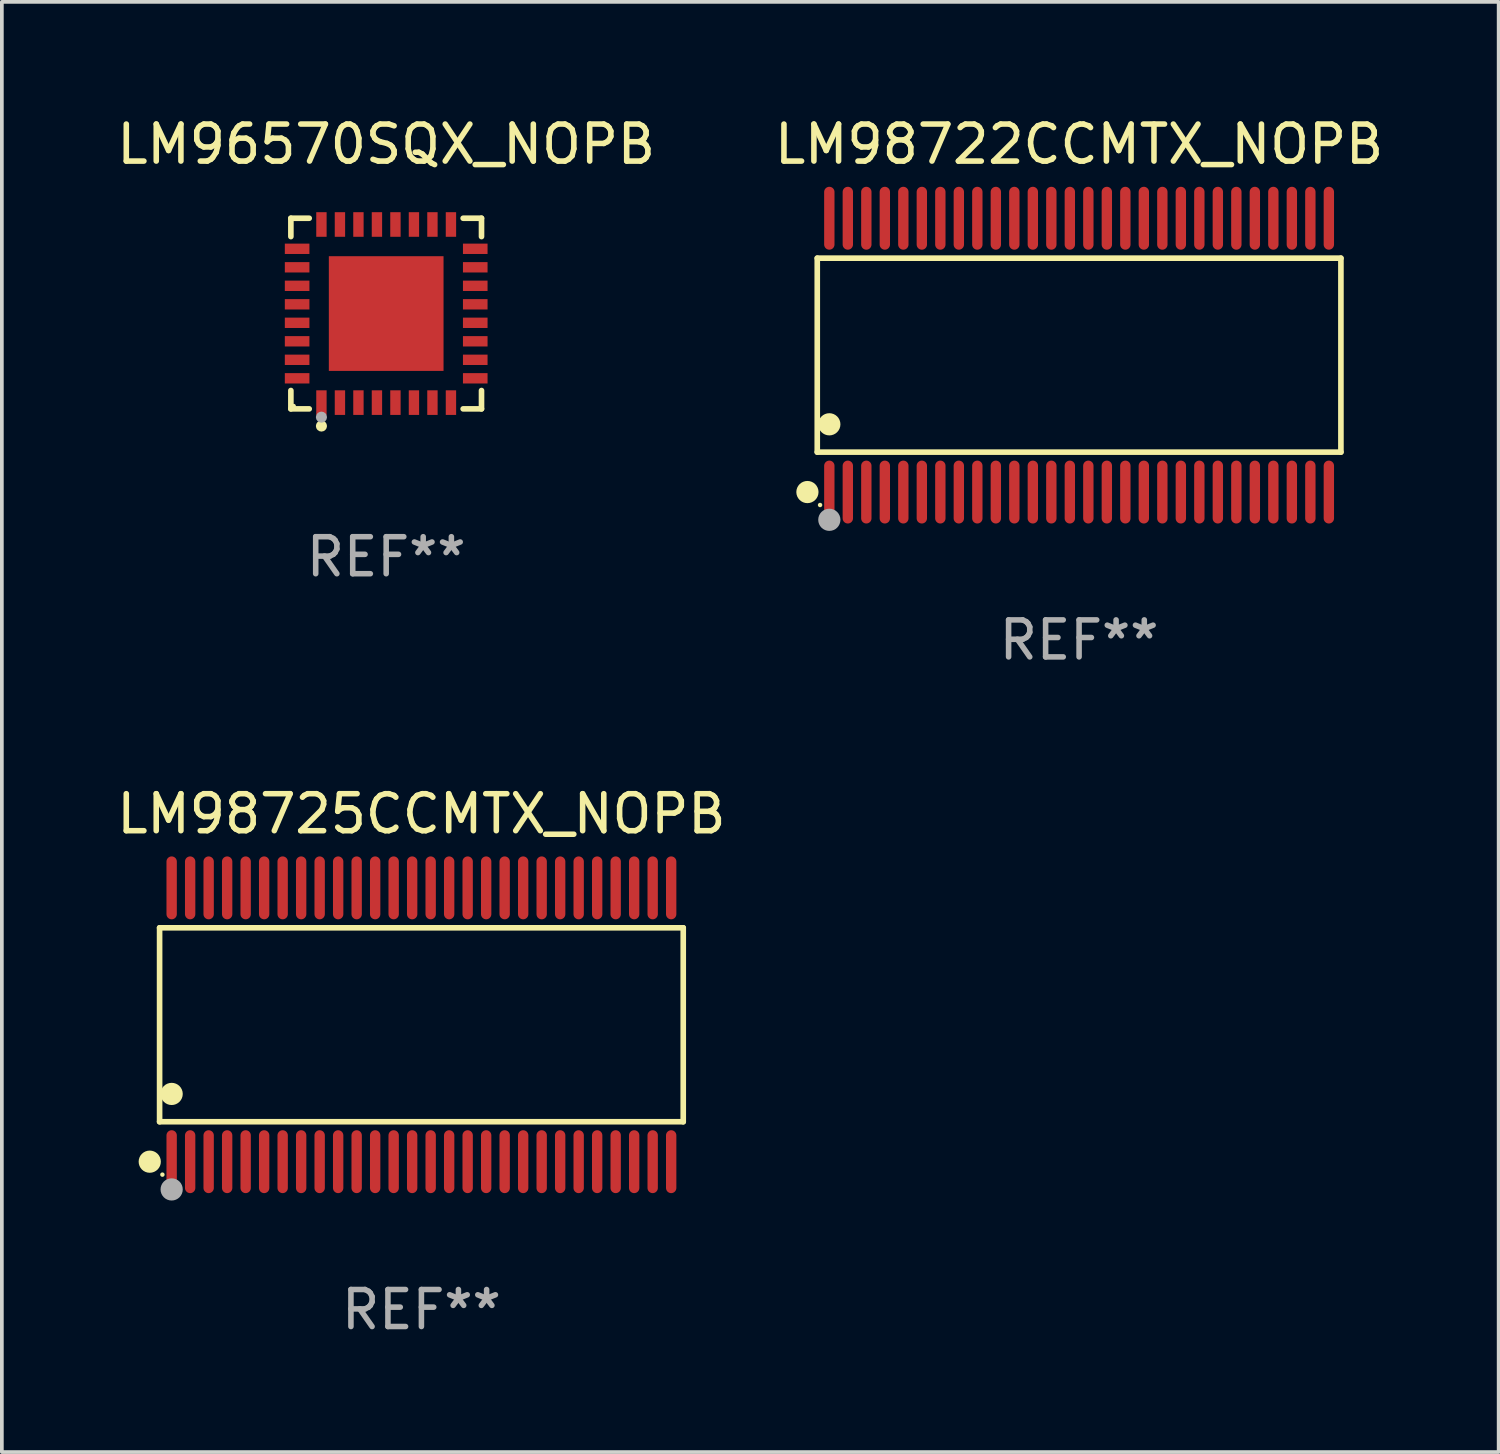
<source format=kicad_pcb>
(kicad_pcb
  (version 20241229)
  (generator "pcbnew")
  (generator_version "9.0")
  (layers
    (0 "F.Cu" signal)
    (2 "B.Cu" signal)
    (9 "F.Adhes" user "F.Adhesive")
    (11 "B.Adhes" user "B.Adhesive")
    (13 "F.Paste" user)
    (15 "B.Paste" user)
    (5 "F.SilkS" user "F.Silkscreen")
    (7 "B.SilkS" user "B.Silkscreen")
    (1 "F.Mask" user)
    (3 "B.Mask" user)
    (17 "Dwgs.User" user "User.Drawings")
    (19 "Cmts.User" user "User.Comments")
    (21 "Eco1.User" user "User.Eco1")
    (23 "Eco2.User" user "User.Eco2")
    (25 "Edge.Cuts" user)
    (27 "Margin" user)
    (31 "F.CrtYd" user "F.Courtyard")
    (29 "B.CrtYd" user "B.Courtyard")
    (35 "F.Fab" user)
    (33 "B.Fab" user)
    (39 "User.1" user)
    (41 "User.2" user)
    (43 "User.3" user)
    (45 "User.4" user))
  (footprint "LM96570SQX_NOPB"
    (layer "F.Cu")
    (at 7.387 5.424)
    (property "Reference" "LM96570SQX_NOPB" (at 0 -4.576 0) (layer "F.SilkS") (effects (font (size 1 1) (thickness 0.15))))
    (attr through_hole)
    (fp_line (start -2.576 -2.576) (end -2.08 -2.576) (stroke (width 0.152) (type solid)) (layer "F.SilkS"))
    (fp_line (start -2.576 -2.08) (end -2.576 -2.576) (stroke (width 0.152) (type solid)) (layer "F.SilkS"))
    (fp_line (start -2.576 2.08) (end -2.576 2.576) (stroke (width 0.152) (type solid)) (layer "F.SilkS"))
    (fp_line (start -2.576 2.576) (end -2.08 2.576) (stroke (width 0.152) (type solid)) (layer "F.SilkS"))
    (fp_line (start 2.576 -2.576) (end 2.08 -2.576) (stroke (width 0.152) (type solid)) (layer "F.SilkS"))
    (fp_line (start 2.576 -2.08) (end 2.576 -2.576) (stroke (width 0.152) (type solid)) (layer "F.SilkS"))
    (fp_line (start 2.576 2.08) (end 2.576 2.576) (stroke (width 0.152) (type solid)) (layer "F.SilkS"))
    (fp_line (start 2.576 2.576) (end 2.08 2.576) (stroke (width 0.152) (type solid)) (layer "F.SilkS"))
    (fp_circle (center -2.5 2.5) (end -2.47 2.5) (stroke (width 0.06) (type solid)) (fill no) (layer "F.SilkS"))
    (fp_circle (center -1.75 3.04) (end -1.675 3.04) (stroke (width 0.15) (type solid)) (fill no) (layer "F.SilkS"))
    (fp_circle (center -1.75 2.8) (end -1.675 2.8) (stroke (width 0.15) (type solid)) (fill no) (layer "F.Fab"))
    (fp_text user "REF**" (at 0 6.576 0) (layer "F.Fab") (effects (font (size 1 1) (thickness 0.15))))
    (pad "1" smd rect (at -1.75 2.407) (size 0.28 0.665) (layers "F.Cu" "F.Mask" "F.Paste"))
    (pad "2" smd rect (at -1.25 2.407) (size 0.28 0.665) (layers "F.Cu" "F.Mask" "F.Paste"))
    (pad "3" smd rect (at -0.75 2.407) (size 0.28 0.665) (layers "F.Cu" "F.Mask" "F.Paste"))
    (pad "4" smd rect (at -0.25 2.407) (size 0.28 0.665) (layers "F.Cu" "F.Mask" "F.Paste"))
    (pad "5" smd rect (at 0.25 2.407) (size 0.28 0.665) (layers "F.Cu" "F.Mask" "F.Paste"))
    (pad "6" smd rect (at 0.75 2.407) (size 0.28 0.665) (layers "F.Cu" "F.Mask" "F.Paste"))
    (pad "7" smd rect (at 1.25 2.407) (size 0.28 0.665) (layers "F.Cu" "F.Mask" "F.Paste"))
    (pad "8" smd rect (at 1.75 2.407) (size 0.28 0.665) (layers "F.Cu" "F.Mask" "F.Paste"))
    (pad "9" smd rect (at 2.407 1.75) (size 0.665 0.28) (layers "F.Cu" "F.Mask" "F.Paste"))
    (pad "10" smd rect (at 2.407 1.25) (size 0.665 0.28) (layers "F.Cu" "F.Mask" "F.Paste"))
    (pad "11" smd rect (at 2.407 0.75) (size 0.665 0.28) (layers "F.Cu" "F.Mask" "F.Paste"))
    (pad "12" smd rect (at 2.407 0.25) (size 0.665 0.28) (layers "F.Cu" "F.Mask" "F.Paste"))
    (pad "13" smd rect (at 2.407 -0.25) (size 0.665 0.28) (layers "F.Cu" "F.Mask" "F.Paste"))
    (pad "14" smd rect (at 2.407 -0.75) (size 0.665 0.28) (layers "F.Cu" "F.Mask" "F.Paste"))
    (pad "15" smd rect (at 2.407 -1.25) (size 0.665 0.28) (layers "F.Cu" "F.Mask" "F.Paste"))
    (pad "16" smd rect (at 2.407 -1.75) (size 0.665 0.28) (layers "F.Cu" "F.Mask" "F.Paste"))
    (pad "17" smd rect (at 1.75 -2.407) (size 0.28 0.665) (layers "F.Cu" "F.Mask" "F.Paste"))
    (pad "18" smd rect (at 1.25 -2.407) (size 0.28 0.665) (layers "F.Cu" "F.Mask" "F.Paste"))
    (pad "19" smd rect (at 0.75 -2.407) (size 0.28 0.665) (layers "F.Cu" "F.Mask" "F.Paste"))
    (pad "20" smd rect (at 0.25 -2.407) (size 0.28 0.665) (layers "F.Cu" "F.Mask" "F.Paste"))
    (pad "21" smd rect (at -0.25 -2.407) (size 0.28 0.665) (layers "F.Cu" "F.Mask" "F.Paste"))
    (pad "22" smd rect (at -0.75 -2.407) (size 0.28 0.665) (layers "F.Cu" "F.Mask" "F.Paste"))
    (pad "23" smd rect (at -1.25 -2.407) (size 0.28 0.665) (layers "F.Cu" "F.Mask" "F.Paste"))
    (pad "24" smd rect (at -1.75 -2.407) (size 0.28 0.665) (layers "F.Cu" "F.Mask" "F.Paste"))
    (pad "25" smd rect (at -2.407 -1.75) (size 0.665 0.28) (layers "F.Cu" "F.Mask" "F.Paste"))
    (pad "26" smd rect (at -2.407 -1.25) (size 0.665 0.28) (layers "F.Cu" "F.Mask" "F.Paste"))
    (pad "27" smd rect (at -2.407 -0.75) (size 0.665 0.28) (layers "F.Cu" "F.Mask" "F.Paste"))
    (pad "28" smd rect (at -2.407 -0.25) (size 0.665 0.28) (layers "F.Cu" "F.Mask" "F.Paste"))
    (pad "29" smd rect (at -2.407 0.25) (size 0.665 0.28) (layers "F.Cu" "F.Mask" "F.Paste"))
    (pad "30" smd rect (at -2.407 0.75) (size 0.665 0.28) (layers "F.Cu" "F.Mask" "F.Paste"))
    (pad "31" smd rect (at -2.407 1.25) (size 0.665 0.28) (layers "F.Cu" "F.Mask" "F.Paste"))
    (pad "32" smd rect (at -2.407 1.75) (size 0.665 0.28) (layers "F.Cu" "F.Mask" "F.Paste"))
    (pad "33" smd rect (at 0 0) (size 3.1 3.1) (layers "F.Cu" "F.Mask" "F.Paste")))
  (footprint "LM98725CCMTX_NOPB"
    (layer "F.Cu")
    (at 8.339 24.645)
    (property "Reference" "LM98725CCMTX_NOPB" (at 0 -5.7 0) (layer "F.SilkS") (effects (font (size 1 1) (thickness 0.15))))
    (attr through_hole)
    (fp_line (start -7.076 -2.621) (end 7.076 -2.621) (stroke (width 0.152) (type solid)) (layer "F.SilkS"))
    (fp_line (start -7.076 2.621) (end -7.076 -2.621) (stroke (width 0.152) (type solid)) (layer "F.SilkS"))
    (fp_line (start 7.076 -2.621) (end 7.076 2.621) (stroke (width 0.152) (type solid)) (layer "F.SilkS"))
    (fp_line (start 7.076 2.621) (end -7.076 2.621) (stroke (width 0.152) (type solid)) (layer "F.SilkS"))
    (fp_circle (center -7.342 3.7) (end -7.192 3.7) (stroke (width 0.3) (type solid)) (fill no) (layer "F.SilkS"))
    (fp_circle (center -7 4.05) (end -6.97 4.05) (stroke (width 0.06) (type solid)) (fill no) (layer "F.SilkS"))
    (fp_circle (center -6.75 1.869) (end -6.6 1.869) (stroke (width 0.3) (type solid)) (fill no) (layer "F.SilkS"))
    (fp_circle (center -6.75 4.45) (end -6.6 4.45) (stroke (width 0.3) (type solid)) (fill no) (layer "F.Fab"))
    (fp_text user "REF**" (at 0 7.7 0) (layer "F.Fab") (effects (font (size 1 1) (thickness 0.15))))
    (pad "1" smd oval (at -6.75 3.7) (size 0.28 1.7) (layers "F.Cu" "F.Mask" "F.Paste"))
    (pad "2" smd oval (at -6.25 3.7) (size 0.28 1.7) (layers "F.Cu" "F.Mask" "F.Paste"))
    (pad "3" smd oval (at -5.75 3.7) (size 0.28 1.7) (layers "F.Cu" "F.Mask" "F.Paste"))
    (pad "4" smd oval (at -5.25 3.7) (size 0.28 1.7) (layers "F.Cu" "F.Mask" "F.Paste"))
    (pad "5" smd oval (at -4.75 3.7) (size 0.28 1.7) (layers "F.Cu" "F.Mask" "F.Paste"))
    (pad "6" smd oval (at -4.25 3.7) (size 0.28 1.7) (layers "F.Cu" "F.Mask" "F.Paste"))
    (pad "7" smd oval (at -3.75 3.7) (size 0.28 1.7) (layers "F.Cu" "F.Mask" "F.Paste"))
    (pad "8" smd oval (at -3.25 3.7) (size 0.28 1.7) (layers "F.Cu" "F.Mask" "F.Paste"))
    (pad "9" smd oval (at -2.75 3.7) (size 0.28 1.7) (layers "F.Cu" "F.Mask" "F.Paste"))
    (pad "10" smd oval (at -2.25 3.7) (size 0.28 1.7) (layers "F.Cu" "F.Mask" "F.Paste"))
    (pad "11" smd oval (at -1.75 3.7) (size 0.28 1.7) (layers "F.Cu" "F.Mask" "F.Paste"))
    (pad "12" smd oval (at -1.25 3.7) (size 0.28 1.7) (layers "F.Cu" "F.Mask" "F.Paste"))
    (pad "13" smd oval (at -0.75 3.7) (size 0.28 1.7) (layers "F.Cu" "F.Mask" "F.Paste"))
    (pad "14" smd oval (at -0.25 3.7) (size 0.28 1.7) (layers "F.Cu" "F.Mask" "F.Paste"))
    (pad "15" smd oval (at 0.25 3.7) (size 0.28 1.7) (layers "F.Cu" "F.Mask" "F.Paste"))
    (pad "16" smd oval (at 0.75 3.7) (size 0.28 1.7) (layers "F.Cu" "F.Mask" "F.Paste"))
    (pad "17" smd oval (at 1.25 3.7) (size 0.28 1.7) (layers "F.Cu" "F.Mask" "F.Paste"))
    (pad "18" smd oval (at 1.75 3.7) (size 0.28 1.7) (layers "F.Cu" "F.Mask" "F.Paste"))
    (pad "19" smd oval (at 2.25 3.7) (size 0.28 1.7) (layers "F.Cu" "F.Mask" "F.Paste"))
    (pad "20" smd oval (at 2.75 3.7) (size 0.28 1.7) (layers "F.Cu" "F.Mask" "F.Paste"))
    (pad "21" smd oval (at 3.25 3.7) (size 0.28 1.7) (layers "F.Cu" "F.Mask" "F.Paste"))
    (pad "22" smd oval (at 3.75 3.7) (size 0.28 1.7) (layers "F.Cu" "F.Mask" "F.Paste"))
    (pad "23" smd oval (at 4.25 3.7) (size 0.28 1.7) (layers "F.Cu" "F.Mask" "F.Paste"))
    (pad "24" smd oval (at 4.75 3.7) (size 0.28 1.7) (layers "F.Cu" "F.Mask" "F.Paste"))
    (pad "25" smd oval (at 5.25 3.7) (size 0.28 1.7) (layers "F.Cu" "F.Mask" "F.Paste"))
    (pad "26" smd oval (at 5.75 3.7) (size 0.28 1.7) (layers "F.Cu" "F.Mask" "F.Paste"))
    (pad "27" smd oval (at 6.25 3.7) (size 0.28 1.7) (layers "F.Cu" "F.Mask" "F.Paste"))
    (pad "28" smd oval (at 6.75 3.7) (size 0.28 1.7) (layers "F.Cu" "F.Mask" "F.Paste"))
    (pad "29" smd oval (at 6.75 -3.7) (size 0.28 1.7) (layers "F.Cu" "F.Mask" "F.Paste"))
    (pad "30" smd oval (at 6.25 -3.7) (size 0.28 1.7) (layers "F.Cu" "F.Mask" "F.Paste"))
    (pad "31" smd oval (at 5.75 -3.7) (size 0.28 1.7) (layers "F.Cu" "F.Mask" "F.Paste"))
    (pad "32" smd oval (at 5.25 -3.7) (size 0.28 1.7) (layers "F.Cu" "F.Mask" "F.Paste"))
    (pad "33" smd oval (at 4.75 -3.7) (size 0.28 1.7) (layers "F.Cu" "F.Mask" "F.Paste"))
    (pad "34" smd oval (at 4.25 -3.7) (size 0.28 1.7) (layers "F.Cu" "F.Mask" "F.Paste"))
    (pad "35" smd oval (at 3.75 -3.7) (size 0.28 1.7) (layers "F.Cu" "F.Mask" "F.Paste"))
    (pad "36" smd oval (at 3.25 -3.7) (size 0.28 1.7) (layers "F.Cu" "F.Mask" "F.Paste"))
    (pad "37" smd oval (at 2.75 -3.7) (size 0.28 1.7) (layers "F.Cu" "F.Mask" "F.Paste"))
    (pad "38" smd oval (at 2.25 -3.7) (size 0.28 1.7) (layers "F.Cu" "F.Mask" "F.Paste"))
    (pad "39" smd oval (at 1.75 -3.7) (size 0.28 1.7) (layers "F.Cu" "F.Mask" "F.Paste"))
    (pad "40" smd oval (at 1.25 -3.7) (size 0.28 1.7) (layers "F.Cu" "F.Mask" "F.Paste"))
    (pad "41" smd oval (at 0.75 -3.7) (size 0.28 1.7) (layers "F.Cu" "F.Mask" "F.Paste"))
    (pad "42" smd oval (at 0.25 -3.7) (size 0.28 1.7) (layers "F.Cu" "F.Mask" "F.Paste"))
    (pad "43" smd oval (at -0.25 -3.7) (size 0.28 1.7) (layers "F.Cu" "F.Mask" "F.Paste"))
    (pad "44" smd oval (at -0.75 -3.7) (size 0.28 1.7) (layers "F.Cu" "F.Mask" "F.Paste"))
    (pad "45" smd oval (at -1.25 -3.7) (size 0.28 1.7) (layers "F.Cu" "F.Mask" "F.Paste"))
    (pad "46" smd oval (at -1.75 -3.7) (size 0.28 1.7) (layers "F.Cu" "F.Mask" "F.Paste"))
    (pad "47" smd oval (at -2.25 -3.7) (size 0.28 1.7) (layers "F.Cu" "F.Mask" "F.Paste"))
    (pad "48" smd oval (at -2.75 -3.7) (size 0.28 1.7) (layers "F.Cu" "F.Mask" "F.Paste"))
    (pad "49" smd oval (at -3.25 -3.7) (size 0.28 1.7) (layers "F.Cu" "F.Mask" "F.Paste"))
    (pad "50" smd oval (at -3.75 -3.7) (size 0.28 1.7) (layers "F.Cu" "F.Mask" "F.Paste"))
    (pad "51" smd oval (at -4.25 -3.7) (size 0.28 1.7) (layers "F.Cu" "F.Mask" "F.Paste"))
    (pad "52" smd oval (at -4.75 -3.7) (size 0.28 1.7) (layers "F.Cu" "F.Mask" "F.Paste"))
    (pad "53" smd oval (at -5.25 -3.7) (size 0.28 1.7) (layers "F.Cu" "F.Mask" "F.Paste"))
    (pad "54" smd oval (at -5.75 -3.7) (size 0.28 1.7) (layers "F.Cu" "F.Mask" "F.Paste"))
    (pad "55" smd oval (at -6.25 -3.7) (size 0.28 1.7) (layers "F.Cu" "F.Mask" "F.Paste"))
    (pad "56" smd oval (at -6.75 -3.7) (size 0.28 1.7) (layers "F.Cu" "F.Mask" "F.Paste")))
  (footprint "LM98722CCMTX_NOPB"
    (layer "F.Cu")
    (at 26.113 6.548)
    (property "Reference" "LM98722CCMTX_NOPB" (at 0 -5.7 0) (layer "F.SilkS") (effects (font (size 1 1) (thickness 0.15))))
    (attr through_hole)
    (fp_line (start -7.076 -2.621) (end 7.076 -2.621) (stroke (width 0.152) (type solid)) (layer "F.SilkS"))
    (fp_line (start -7.076 2.621) (end -7.076 -2.621) (stroke (width 0.152) (type solid)) (layer "F.SilkS"))
    (fp_line (start 7.076 -2.621) (end 7.076 2.621) (stroke (width 0.152) (type solid)) (layer "F.SilkS"))
    (fp_line (start 7.076 2.621) (end -7.076 2.621) (stroke (width 0.152) (type solid)) (layer "F.SilkS"))
    (fp_circle (center -7.342 3.7) (end -7.192 3.7) (stroke (width 0.3) (type solid)) (fill no) (layer "F.SilkS"))
    (fp_circle (center -7 4.05) (end -6.97 4.05) (stroke (width 0.06) (type solid)) (fill no) (layer "F.SilkS"))
    (fp_circle (center -6.75 1.869) (end -6.6 1.869) (stroke (width 0.3) (type solid)) (fill no) (layer "F.SilkS"))
    (fp_circle (center -6.75 4.45) (end -6.6 4.45) (stroke (width 0.3) (type solid)) (fill no) (layer "F.Fab"))
    (fp_text user "REF**" (at 0 7.7 0) (layer "F.Fab") (effects (font (size 1 1) (thickness 0.15))))
    (pad "1" smd oval (at -6.75 3.7) (size 0.28 1.7) (layers "F.Cu" "F.Mask" "F.Paste"))
    (pad "2" smd oval (at -6.25 3.7) (size 0.28 1.7) (layers "F.Cu" "F.Mask" "F.Paste"))
    (pad "3" smd oval (at -5.75 3.7) (size 0.28 1.7) (layers "F.Cu" "F.Mask" "F.Paste"))
    (pad "4" smd oval (at -5.25 3.7) (size 0.28 1.7) (layers "F.Cu" "F.Mask" "F.Paste"))
    (pad "5" smd oval (at -4.75 3.7) (size 0.28 1.7) (layers "F.Cu" "F.Mask" "F.Paste"))
    (pad "6" smd oval (at -4.25 3.7) (size 0.28 1.7) (layers "F.Cu" "F.Mask" "F.Paste"))
    (pad "7" smd oval (at -3.75 3.7) (size 0.28 1.7) (layers "F.Cu" "F.Mask" "F.Paste"))
    (pad "8" smd oval (at -3.25 3.7) (size 0.28 1.7) (layers "F.Cu" "F.Mask" "F.Paste"))
    (pad "9" smd oval (at -2.75 3.7) (size 0.28 1.7) (layers "F.Cu" "F.Mask" "F.Paste"))
    (pad "10" smd oval (at -2.25 3.7) (size 0.28 1.7) (layers "F.Cu" "F.Mask" "F.Paste"))
    (pad "11" smd oval (at -1.75 3.7) (size 0.28 1.7) (layers "F.Cu" "F.Mask" "F.Paste"))
    (pad "12" smd oval (at -1.25 3.7) (size 0.28 1.7) (layers "F.Cu" "F.Mask" "F.Paste"))
    (pad "13" smd oval (at -0.75 3.7) (size 0.28 1.7) (layers "F.Cu" "F.Mask" "F.Paste"))
    (pad "14" smd oval (at -0.25 3.7) (size 0.28 1.7) (layers "F.Cu" "F.Mask" "F.Paste"))
    (pad "15" smd oval (at 0.25 3.7) (size 0.28 1.7) (layers "F.Cu" "F.Mask" "F.Paste"))
    (pad "16" smd oval (at 0.75 3.7) (size 0.28 1.7) (layers "F.Cu" "F.Mask" "F.Paste"))
    (pad "17" smd oval (at 1.25 3.7) (size 0.28 1.7) (layers "F.Cu" "F.Mask" "F.Paste"))
    (pad "18" smd oval (at 1.75 3.7) (size 0.28 1.7) (layers "F.Cu" "F.Mask" "F.Paste"))
    (pad "19" smd oval (at 2.25 3.7) (size 0.28 1.7) (layers "F.Cu" "F.Mask" "F.Paste"))
    (pad "20" smd oval (at 2.75 3.7) (size 0.28 1.7) (layers "F.Cu" "F.Mask" "F.Paste"))
    (pad "21" smd oval (at 3.25 3.7) (size 0.28 1.7) (layers "F.Cu" "F.Mask" "F.Paste"))
    (pad "22" smd oval (at 3.75 3.7) (size 0.28 1.7) (layers "F.Cu" "F.Mask" "F.Paste"))
    (pad "23" smd oval (at 4.25 3.7) (size 0.28 1.7) (layers "F.Cu" "F.Mask" "F.Paste"))
    (pad "24" smd oval (at 4.75 3.7) (size 0.28 1.7) (layers "F.Cu" "F.Mask" "F.Paste"))
    (pad "25" smd oval (at 5.25 3.7) (size 0.28 1.7) (layers "F.Cu" "F.Mask" "F.Paste"))
    (pad "26" smd oval (at 5.75 3.7) (size 0.28 1.7) (layers "F.Cu" "F.Mask" "F.Paste"))
    (pad "27" smd oval (at 6.25 3.7) (size 0.28 1.7) (layers "F.Cu" "F.Mask" "F.Paste"))
    (pad "28" smd oval (at 6.75 3.7) (size 0.28 1.7) (layers "F.Cu" "F.Mask" "F.Paste"))
    (pad "29" smd oval (at 6.75 -3.7) (size 0.28 1.7) (layers "F.Cu" "F.Mask" "F.Paste"))
    (pad "30" smd oval (at 6.25 -3.7) (size 0.28 1.7) (layers "F.Cu" "F.Mask" "F.Paste"))
    (pad "31" smd oval (at 5.75 -3.7) (size 0.28 1.7) (layers "F.Cu" "F.Mask" "F.Paste"))
    (pad "32" smd oval (at 5.25 -3.7) (size 0.28 1.7) (layers "F.Cu" "F.Mask" "F.Paste"))
    (pad "33" smd oval (at 4.75 -3.7) (size 0.28 1.7) (layers "F.Cu" "F.Mask" "F.Paste"))
    (pad "34" smd oval (at 4.25 -3.7) (size 0.28 1.7) (layers "F.Cu" "F.Mask" "F.Paste"))
    (pad "35" smd oval (at 3.75 -3.7) (size 0.28 1.7) (layers "F.Cu" "F.Mask" "F.Paste"))
    (pad "36" smd oval (at 3.25 -3.7) (size 0.28 1.7) (layers "F.Cu" "F.Mask" "F.Paste"))
    (pad "37" smd oval (at 2.75 -3.7) (size 0.28 1.7) (layers "F.Cu" "F.Mask" "F.Paste"))
    (pad "38" smd oval (at 2.25 -3.7) (size 0.28 1.7) (layers "F.Cu" "F.Mask" "F.Paste"))
    (pad "39" smd oval (at 1.75 -3.7) (size 0.28 1.7) (layers "F.Cu" "F.Mask" "F.Paste"))
    (pad "40" smd oval (at 1.25 -3.7) (size 0.28 1.7) (layers "F.Cu" "F.Mask" "F.Paste"))
    (pad "41" smd oval (at 0.75 -3.7) (size 0.28 1.7) (layers "F.Cu" "F.Mask" "F.Paste"))
    (pad "42" smd oval (at 0.25 -3.7) (size 0.28 1.7) (layers "F.Cu" "F.Mask" "F.Paste"))
    (pad "43" smd oval (at -0.25 -3.7) (size 0.28 1.7) (layers "F.Cu" "F.Mask" "F.Paste"))
    (pad "44" smd oval (at -0.75 -3.7) (size 0.28 1.7) (layers "F.Cu" "F.Mask" "F.Paste"))
    (pad "45" smd oval (at -1.25 -3.7) (size 0.28 1.7) (layers "F.Cu" "F.Mask" "F.Paste"))
    (pad "46" smd oval (at -1.75 -3.7) (size 0.28 1.7) (layers "F.Cu" "F.Mask" "F.Paste"))
    (pad "47" smd oval (at -2.25 -3.7) (size 0.28 1.7) (layers "F.Cu" "F.Mask" "F.Paste"))
    (pad "48" smd oval (at -2.75 -3.7) (size 0.28 1.7) (layers "F.Cu" "F.Mask" "F.Paste"))
    (pad "49" smd oval (at -3.25 -3.7) (size 0.28 1.7) (layers "F.Cu" "F.Mask" "F.Paste"))
    (pad "50" smd oval (at -3.75 -3.7) (size 0.28 1.7) (layers "F.Cu" "F.Mask" "F.Paste"))
    (pad "51" smd oval (at -4.25 -3.7) (size 0.28 1.7) (layers "F.Cu" "F.Mask" "F.Paste"))
    (pad "52" smd oval (at -4.75 -3.7) (size 0.28 1.7) (layers "F.Cu" "F.Mask" "F.Paste"))
    (pad "53" smd oval (at -5.25 -3.7) (size 0.28 1.7) (layers "F.Cu" "F.Mask" "F.Paste"))
    (pad "54" smd oval (at -5.75 -3.7) (size 0.28 1.7) (layers "F.Cu" "F.Mask" "F.Paste"))
    (pad "55" smd oval (at -6.25 -3.7) (size 0.28 1.7) (layers "F.Cu" "F.Mask" "F.Paste"))
    (pad "56" smd oval (at -6.75 -3.7) (size 0.28 1.7) (layers "F.Cu" "F.Mask" "F.Paste")))
  (gr_rect
    (start -3 -3)
    (end 37.452 36.193)
    (stroke (width 0.1) (type default))
    (fill no)
    (layer "Edge.Cuts")))
</source>
